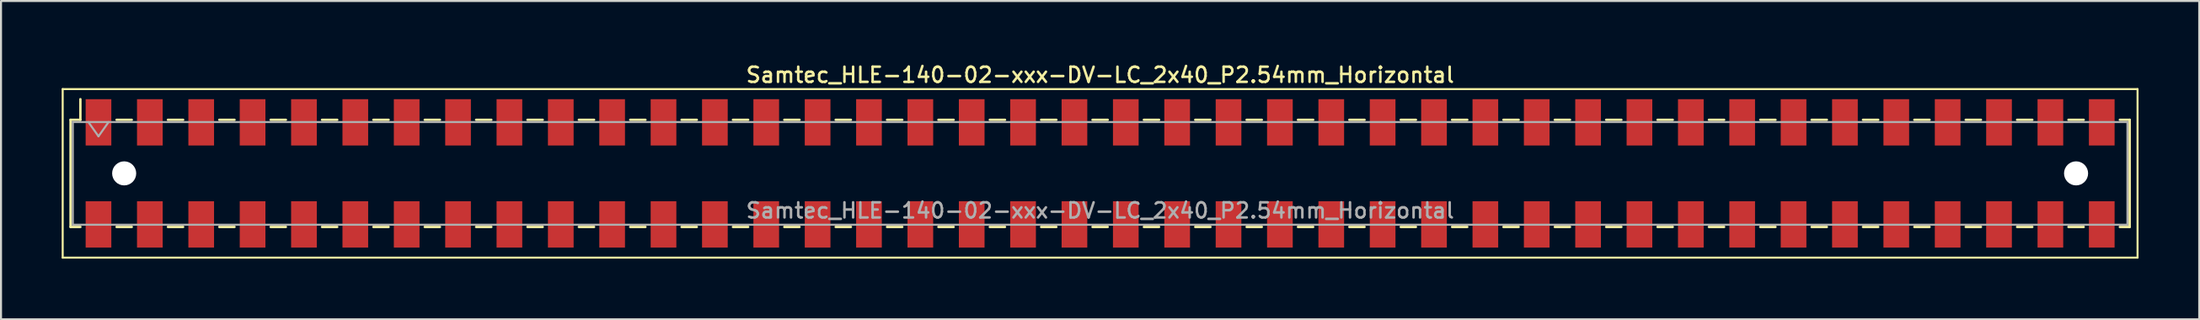
<source format=kicad_pcb>
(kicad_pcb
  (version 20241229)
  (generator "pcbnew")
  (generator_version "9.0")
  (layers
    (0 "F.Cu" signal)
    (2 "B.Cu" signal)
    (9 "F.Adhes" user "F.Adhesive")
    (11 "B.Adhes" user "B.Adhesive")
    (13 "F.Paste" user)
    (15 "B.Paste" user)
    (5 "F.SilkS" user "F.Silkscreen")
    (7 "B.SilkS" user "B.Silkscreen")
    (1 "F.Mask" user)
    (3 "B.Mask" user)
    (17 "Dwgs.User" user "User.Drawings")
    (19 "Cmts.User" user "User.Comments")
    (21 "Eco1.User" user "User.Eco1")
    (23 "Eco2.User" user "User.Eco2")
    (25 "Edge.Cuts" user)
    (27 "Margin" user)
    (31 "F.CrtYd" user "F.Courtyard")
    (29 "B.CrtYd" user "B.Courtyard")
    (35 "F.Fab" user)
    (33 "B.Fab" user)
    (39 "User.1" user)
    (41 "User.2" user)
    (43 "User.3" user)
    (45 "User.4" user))
  (footprint "Samtec_HLE-140-02-xxx-DV-LC_2x40_P2.54mm_Horizontal"
    (layer "F.Cu")
    (at 51.35 5.528)
    (property "Reference" "Samtec_HLE-140-02-xxx-DV-LC_2x40_P2.54mm_Horizontal" (at 0 -4.87 0) (layer "F.SilkS") (effects (font (size 0.75 0.75) (thickness 0.125))))
    (attr smd)
    (fp_line (start -51.3 -4.17) (end 51.3 -4.17) (stroke (width 0.1) (type solid)) (layer "F.SilkS"))
    (fp_line (start -51.3 4.17) (end -51.3 -4.17) (stroke (width 0.1) (type solid)) (layer "F.SilkS"))
    (fp_line (start -50.91 -2.65) (end -50.91 2.65) (stroke (width 0.12) (type solid)) (layer "F.SilkS"))
    (fp_line (start -50.91 2.65) (end -50.425 2.65) (stroke (width 0.12) (type solid)) (layer "F.SilkS"))
    (fp_line (start -50.425 -3.67) (end -50.425 -2.65) (stroke (width 0.12) (type solid)) (layer "F.SilkS"))
    (fp_line (start -50.425 -2.65) (end -50.91 -2.65) (stroke (width 0.12) (type solid)) (layer "F.SilkS"))
    (fp_line (start -48.635 -2.65) (end -47.885 -2.65) (stroke (width 0.12) (type solid)) (layer "F.SilkS"))
    (fp_line (start -48.635 2.65) (end -47.885 2.65) (stroke (width 0.12) (type solid)) (layer "F.SilkS"))
    (fp_line (start -46.095 -2.65) (end -45.345 -2.65) (stroke (width 0.12) (type solid)) (layer "F.SilkS"))
    (fp_line (start -46.095 2.65) (end -45.345 2.65) (stroke (width 0.12) (type solid)) (layer "F.SilkS"))
    (fp_line (start -43.555 -2.65) (end -42.805 -2.65) (stroke (width 0.12) (type solid)) (layer "F.SilkS"))
    (fp_line (start -43.555 2.65) (end -42.805 2.65) (stroke (width 0.12) (type solid)) (layer "F.SilkS"))
    (fp_line (start -41.015 -2.65) (end -40.265 -2.65) (stroke (width 0.12) (type solid)) (layer "F.SilkS"))
    (fp_line (start -41.015 2.65) (end -40.265 2.65) (stroke (width 0.12) (type solid)) (layer "F.SilkS"))
    (fp_line (start -38.475 -2.65) (end -37.725 -2.65) (stroke (width 0.12) (type solid)) (layer "F.SilkS"))
    (fp_line (start -38.475 2.65) (end -37.725 2.65) (stroke (width 0.12) (type solid)) (layer "F.SilkS"))
    (fp_line (start -35.935 -2.65) (end -35.185 -2.65) (stroke (width 0.12) (type solid)) (layer "F.SilkS"))
    (fp_line (start -35.935 2.65) (end -35.185 2.65) (stroke (width 0.12) (type solid)) (layer "F.SilkS"))
    (fp_line (start -33.395 -2.65) (end -32.645 -2.65) (stroke (width 0.12) (type solid)) (layer "F.SilkS"))
    (fp_line (start -33.395 2.65) (end -32.645 2.65) (stroke (width 0.12) (type solid)) (layer "F.SilkS"))
    (fp_line (start -30.855 -2.65) (end -30.105 -2.65) (stroke (width 0.12) (type solid)) (layer "F.SilkS"))
    (fp_line (start -30.855 2.65) (end -30.105 2.65) (stroke (width 0.12) (type solid)) (layer "F.SilkS"))
    (fp_line (start -28.315 -2.65) (end -27.565 -2.65) (stroke (width 0.12) (type solid)) (layer "F.SilkS"))
    (fp_line (start -28.315 2.65) (end -27.565 2.65) (stroke (width 0.12) (type solid)) (layer "F.SilkS"))
    (fp_line (start -25.775 -2.65) (end -25.025 -2.65) (stroke (width 0.12) (type solid)) (layer "F.SilkS"))
    (fp_line (start -25.775 2.65) (end -25.025 2.65) (stroke (width 0.12) (type solid)) (layer "F.SilkS"))
    (fp_line (start -23.235 -2.65) (end -22.485 -2.65) (stroke (width 0.12) (type solid)) (layer "F.SilkS"))
    (fp_line (start -23.235 2.65) (end -22.485 2.65) (stroke (width 0.12) (type solid)) (layer "F.SilkS"))
    (fp_line (start -20.695 -2.65) (end -19.945 -2.65) (stroke (width 0.12) (type solid)) (layer "F.SilkS"))
    (fp_line (start -20.695 2.65) (end -19.945 2.65) (stroke (width 0.12) (type solid)) (layer "F.SilkS"))
    (fp_line (start -18.155 -2.65) (end -17.405 -2.65) (stroke (width 0.12) (type solid)) (layer "F.SilkS"))
    (fp_line (start -18.155 2.65) (end -17.405 2.65) (stroke (width 0.12) (type solid)) (layer "F.SilkS"))
    (fp_line (start -15.615 -2.65) (end -14.865 -2.65) (stroke (width 0.12) (type solid)) (layer "F.SilkS"))
    (fp_line (start -15.615 2.65) (end -14.865 2.65) (stroke (width 0.12) (type solid)) (layer "F.SilkS"))
    (fp_line (start -13.075 -2.65) (end -12.325 -2.65) (stroke (width 0.12) (type solid)) (layer "F.SilkS"))
    (fp_line (start -13.075 2.65) (end -12.325 2.65) (stroke (width 0.12) (type solid)) (layer "F.SilkS"))
    (fp_line (start -10.535 -2.65) (end -9.785 -2.65) (stroke (width 0.12) (type solid)) (layer "F.SilkS"))
    (fp_line (start -10.535 2.65) (end -9.785 2.65) (stroke (width 0.12) (type solid)) (layer "F.SilkS"))
    (fp_line (start -7.995 -2.65) (end -7.245 -2.65) (stroke (width 0.12) (type solid)) (layer "F.SilkS"))
    (fp_line (start -7.995 2.65) (end -7.245 2.65) (stroke (width 0.12) (type solid)) (layer "F.SilkS"))
    (fp_line (start -5.455 -2.65) (end -4.705 -2.65) (stroke (width 0.12) (type solid)) (layer "F.SilkS"))
    (fp_line (start -5.455 2.65) (end -4.705 2.65) (stroke (width 0.12) (type solid)) (layer "F.SilkS"))
    (fp_line (start -2.915 -2.65) (end -2.165 -2.65) (stroke (width 0.12) (type solid)) (layer "F.SilkS"))
    (fp_line (start -2.915 2.65) (end -2.165 2.65) (stroke (width 0.12) (type solid)) (layer "F.SilkS"))
    (fp_line (start -0.375 -2.65) (end 0.375 -2.65) (stroke (width 0.12) (type solid)) (layer "F.SilkS"))
    (fp_line (start -0.375 2.65) (end 0.375 2.65) (stroke (width 0.12) (type solid)) (layer "F.SilkS"))
    (fp_line (start 2.165 -2.65) (end 2.915 -2.65) (stroke (width 0.12) (type solid)) (layer "F.SilkS"))
    (fp_line (start 2.165 2.65) (end 2.915 2.65) (stroke (width 0.12) (type solid)) (layer "F.SilkS"))
    (fp_line (start 4.705 -2.65) (end 5.455 -2.65) (stroke (width 0.12) (type solid)) (layer "F.SilkS"))
    (fp_line (start 4.705 2.65) (end 5.455 2.65) (stroke (width 0.12) (type solid)) (layer "F.SilkS"))
    (fp_line (start 7.245 -2.65) (end 7.995 -2.65) (stroke (width 0.12) (type solid)) (layer "F.SilkS"))
    (fp_line (start 7.245 2.65) (end 7.995 2.65) (stroke (width 0.12) (type solid)) (layer "F.SilkS"))
    (fp_line (start 9.785 -2.65) (end 10.535 -2.65) (stroke (width 0.12) (type solid)) (layer "F.SilkS"))
    (fp_line (start 9.785 2.65) (end 10.535 2.65) (stroke (width 0.12) (type solid)) (layer "F.SilkS"))
    (fp_line (start 12.325 -2.65) (end 13.075 -2.65) (stroke (width 0.12) (type solid)) (layer "F.SilkS"))
    (fp_line (start 12.325 2.65) (end 13.075 2.65) (stroke (width 0.12) (type solid)) (layer "F.SilkS"))
    (fp_line (start 14.865 -2.65) (end 15.615 -2.65) (stroke (width 0.12) (type solid)) (layer "F.SilkS"))
    (fp_line (start 14.865 2.65) (end 15.615 2.65) (stroke (width 0.12) (type solid)) (layer "F.SilkS"))
    (fp_line (start 17.405 -2.65) (end 18.155 -2.65) (stroke (width 0.12) (type solid)) (layer "F.SilkS"))
    (fp_line (start 17.405 2.65) (end 18.155 2.65) (stroke (width 0.12) (type solid)) (layer "F.SilkS"))
    (fp_line (start 19.945 -2.65) (end 20.695 -2.65) (stroke (width 0.12) (type solid)) (layer "F.SilkS"))
    (fp_line (start 19.945 2.65) (end 20.695 2.65) (stroke (width 0.12) (type solid)) (layer "F.SilkS"))
    (fp_line (start 22.485 -2.65) (end 23.235 -2.65) (stroke (width 0.12) (type solid)) (layer "F.SilkS"))
    (fp_line (start 22.485 2.65) (end 23.235 2.65) (stroke (width 0.12) (type solid)) (layer "F.SilkS"))
    (fp_line (start 25.025 -2.65) (end 25.775 -2.65) (stroke (width 0.12) (type solid)) (layer "F.SilkS"))
    (fp_line (start 25.025 2.65) (end 25.775 2.65) (stroke (width 0.12) (type solid)) (layer "F.SilkS"))
    (fp_line (start 27.565 -2.65) (end 28.315 -2.65) (stroke (width 0.12) (type solid)) (layer "F.SilkS"))
    (fp_line (start 27.565 2.65) (end 28.315 2.65) (stroke (width 0.12) (type solid)) (layer "F.SilkS"))
    (fp_line (start 30.105 -2.65) (end 30.855 -2.65) (stroke (width 0.12) (type solid)) (layer "F.SilkS"))
    (fp_line (start 30.105 2.65) (end 30.855 2.65) (stroke (width 0.12) (type solid)) (layer "F.SilkS"))
    (fp_line (start 32.645 -2.65) (end 33.395 -2.65) (stroke (width 0.12) (type solid)) (layer "F.SilkS"))
    (fp_line (start 32.645 2.65) (end 33.395 2.65) (stroke (width 0.12) (type solid)) (layer "F.SilkS"))
    (fp_line (start 35.185 -2.65) (end 35.935 -2.65) (stroke (width 0.12) (type solid)) (layer "F.SilkS"))
    (fp_line (start 35.185 2.65) (end 35.935 2.65) (stroke (width 0.12) (type solid)) (layer "F.SilkS"))
    (fp_line (start 37.725 -2.65) (end 38.475 -2.65) (stroke (width 0.12) (type solid)) (layer "F.SilkS"))
    (fp_line (start 37.725 2.65) (end 38.475 2.65) (stroke (width 0.12) (type solid)) (layer "F.SilkS"))
    (fp_line (start 40.265 -2.65) (end 41.015 -2.65) (stroke (width 0.12) (type solid)) (layer "F.SilkS"))
    (fp_line (start 40.265 2.65) (end 41.015 2.65) (stroke (width 0.12) (type solid)) (layer "F.SilkS"))
    (fp_line (start 42.805 -2.65) (end 43.555 -2.65) (stroke (width 0.12) (type solid)) (layer "F.SilkS"))
    (fp_line (start 42.805 2.65) (end 43.555 2.65) (stroke (width 0.12) (type solid)) (layer "F.SilkS"))
    (fp_line (start 45.345 -2.65) (end 46.095 -2.65) (stroke (width 0.12) (type solid)) (layer "F.SilkS"))
    (fp_line (start 45.345 2.65) (end 46.095 2.65) (stroke (width 0.12) (type solid)) (layer "F.SilkS"))
    (fp_line (start 47.885 -2.65) (end 48.635 -2.65) (stroke (width 0.12) (type solid)) (layer "F.SilkS"))
    (fp_line (start 47.885 2.65) (end 48.635 2.65) (stroke (width 0.12) (type solid)) (layer "F.SilkS"))
    (fp_line (start 50.425 -2.65) (end 50.91 -2.65) (stroke (width 0.12) (type solid)) (layer "F.SilkS"))
    (fp_line (start 50.91 -2.65) (end 50.91 2.65) (stroke (width 0.12) (type solid)) (layer "F.SilkS"))
    (fp_line (start 50.91 2.65) (end 50.425 2.65) (stroke (width 0.12) (type solid)) (layer "F.SilkS"))
    (fp_line (start 51.3 -4.17) (end 51.3 4.17) (stroke (width 0.1) (type solid)) (layer "F.SilkS"))
    (fp_line (start 51.3 4.17) (end -51.3 4.17) (stroke (width 0.1) (type solid)) (layer "F.SilkS"))
    (fp_line (start -50.8 -2.54) (end 50.8 -2.54) (stroke (width 0.1) (type solid)) (layer "F.Fab"))
    (fp_line (start -50.8 2.54) (end -50.8 -2.54) (stroke (width 0.1) (type solid)) (layer "F.Fab"))
    (fp_line (start -50.03 -2.54) (end -49.53 -1.833) (stroke (width 0.1) (type solid)) (layer "F.Fab"))
    (fp_line (start -49.53 -1.833) (end -49.03 -2.54) (stroke (width 0.1) (type solid)) (layer "F.Fab"))
    (fp_line (start 50.8 -2.54) (end 50.8 2.54) (stroke (width 0.1) (type solid)) (layer "F.Fab"))
    (fp_line (start 50.8 2.54) (end -50.8 2.54) (stroke (width 0.1) (type solid)) (layer "F.Fab"))
    (fp_text user "${REFERENCE}" (at 0 1.84 0) (layer "F.Fab") (effects (font (size 0.75 0.75) (thickness 0.125))))
    (pad "" np_thru_hole circle (at -48.26 0) (size 1.19 1.19) (drill 1.19) (layers "*.Cu" "*.Mask"))
    (pad "" np_thru_hole circle (at 48.26 0) (size 1.19 1.19) (drill 1.19) (layers "*.Cu" "*.Mask"))
    (pad "1" smd rect (at -49.53 -2.525) (size 1.27 2.29) (layers "F.Cu" "F.Mask" "F.Paste"))
    (pad "2" smd rect (at -49.53 2.525) (size 1.27 2.29) (layers "F.Cu" "F.Mask" "F.Paste"))
    (pad "3" smd rect (at -46.99 -2.525) (size 1.27 2.29) (layers "F.Cu" "F.Mask" "F.Paste"))
    (pad "4" smd rect (at -46.99 2.525) (size 1.27 2.29) (layers "F.Cu" "F.Mask" "F.Paste"))
    (pad "5" smd rect (at -44.45 -2.525) (size 1.27 2.29) (layers "F.Cu" "F.Mask" "F.Paste"))
    (pad "6" smd rect (at -44.45 2.525) (size 1.27 2.29) (layers "F.Cu" "F.Mask" "F.Paste"))
    (pad "7" smd rect (at -41.91 -2.525) (size 1.27 2.29) (layers "F.Cu" "F.Mask" "F.Paste"))
    (pad "8" smd rect (at -41.91 2.525) (size 1.27 2.29) (layers "F.Cu" "F.Mask" "F.Paste"))
    (pad "9" smd rect (at -39.37 -2.525) (size 1.27 2.29) (layers "F.Cu" "F.Mask" "F.Paste"))
    (pad "10" smd rect (at -39.37 2.525) (size 1.27 2.29) (layers "F.Cu" "F.Mask" "F.Paste"))
    (pad "11" smd rect (at -36.83 -2.525) (size 1.27 2.29) (layers "F.Cu" "F.Mask" "F.Paste"))
    (pad "12" smd rect (at -36.83 2.525) (size 1.27 2.29) (layers "F.Cu" "F.Mask" "F.Paste"))
    (pad "13" smd rect (at -34.29 -2.525) (size 1.27 2.29) (layers "F.Cu" "F.Mask" "F.Paste"))
    (pad "14" smd rect (at -34.29 2.525) (size 1.27 2.29) (layers "F.Cu" "F.Mask" "F.Paste"))
    (pad "15" smd rect (at -31.75 -2.525) (size 1.27 2.29) (layers "F.Cu" "F.Mask" "F.Paste"))
    (pad "16" smd rect (at -31.75 2.525) (size 1.27 2.29) (layers "F.Cu" "F.Mask" "F.Paste"))
    (pad "17" smd rect (at -29.21 -2.525) (size 1.27 2.29) (layers "F.Cu" "F.Mask" "F.Paste"))
    (pad "18" smd rect (at -29.21 2.525) (size 1.27 2.29) (layers "F.Cu" "F.Mask" "F.Paste"))
    (pad "19" smd rect (at -26.67 -2.525) (size 1.27 2.29) (layers "F.Cu" "F.Mask" "F.Paste"))
    (pad "20" smd rect (at -26.67 2.525) (size 1.27 2.29) (layers "F.Cu" "F.Mask" "F.Paste"))
    (pad "21" smd rect (at -24.13 -2.525) (size 1.27 2.29) (layers "F.Cu" "F.Mask" "F.Paste"))
    (pad "22" smd rect (at -24.13 2.525) (size 1.27 2.29) (layers "F.Cu" "F.Mask" "F.Paste"))
    (pad "23" smd rect (at -21.59 -2.525) (size 1.27 2.29) (layers "F.Cu" "F.Mask" "F.Paste"))
    (pad "24" smd rect (at -21.59 2.525) (size 1.27 2.29) (layers "F.Cu" "F.Mask" "F.Paste"))
    (pad "25" smd rect (at -19.05 -2.525) (size 1.27 2.29) (layers "F.Cu" "F.Mask" "F.Paste"))
    (pad "26" smd rect (at -19.05 2.525) (size 1.27 2.29) (layers "F.Cu" "F.Mask" "F.Paste"))
    (pad "27" smd rect (at -16.51 -2.525) (size 1.27 2.29) (layers "F.Cu" "F.Mask" "F.Paste"))
    (pad "28" smd rect (at -16.51 2.525) (size 1.27 2.29) (layers "F.Cu" "F.Mask" "F.Paste"))
    (pad "29" smd rect (at -13.97 -2.525) (size 1.27 2.29) (layers "F.Cu" "F.Mask" "F.Paste"))
    (pad "30" smd rect (at -13.97 2.525) (size 1.27 2.29) (layers "F.Cu" "F.Mask" "F.Paste"))
    (pad "31" smd rect (at -11.43 -2.525) (size 1.27 2.29) (layers "F.Cu" "F.Mask" "F.Paste"))
    (pad "32" smd rect (at -11.43 2.525) (size 1.27 2.29) (layers "F.Cu" "F.Mask" "F.Paste"))
    (pad "33" smd rect (at -8.89 -2.525) (size 1.27 2.29) (layers "F.Cu" "F.Mask" "F.Paste"))
    (pad "34" smd rect (at -8.89 2.525) (size 1.27 2.29) (layers "F.Cu" "F.Mask" "F.Paste"))
    (pad "35" smd rect (at -6.35 -2.525) (size 1.27 2.29) (layers "F.Cu" "F.Mask" "F.Paste"))
    (pad "36" smd rect (at -6.35 2.525) (size 1.27 2.29) (layers "F.Cu" "F.Mask" "F.Paste"))
    (pad "37" smd rect (at -3.81 -2.525) (size 1.27 2.29) (layers "F.Cu" "F.Mask" "F.Paste"))
    (pad "38" smd rect (at -3.81 2.525) (size 1.27 2.29) (layers "F.Cu" "F.Mask" "F.Paste"))
    (pad "39" smd rect (at -1.27 -2.525) (size 1.27 2.29) (layers "F.Cu" "F.Mask" "F.Paste"))
    (pad "40" smd rect (at -1.27 2.525) (size 1.27 2.29) (layers "F.Cu" "F.Mask" "F.Paste"))
    (pad "41" smd rect (at 1.27 -2.525) (size 1.27 2.29) (layers "F.Cu" "F.Mask" "F.Paste"))
    (pad "42" smd rect (at 1.27 2.525) (size 1.27 2.29) (layers "F.Cu" "F.Mask" "F.Paste"))
    (pad "43" smd rect (at 3.81 -2.525) (size 1.27 2.29) (layers "F.Cu" "F.Mask" "F.Paste"))
    (pad "44" smd rect (at 3.81 2.525) (size 1.27 2.29) (layers "F.Cu" "F.Mask" "F.Paste"))
    (pad "45" smd rect (at 6.35 -2.525) (size 1.27 2.29) (layers "F.Cu" "F.Mask" "F.Paste"))
    (pad "46" smd rect (at 6.35 2.525) (size 1.27 2.29) (layers "F.Cu" "F.Mask" "F.Paste"))
    (pad "47" smd rect (at 8.89 -2.525) (size 1.27 2.29) (layers "F.Cu" "F.Mask" "F.Paste"))
    (pad "48" smd rect (at 8.89 2.525) (size 1.27 2.29) (layers "F.Cu" "F.Mask" "F.Paste"))
    (pad "49" smd rect (at 11.43 -2.525) (size 1.27 2.29) (layers "F.Cu" "F.Mask" "F.Paste"))
    (pad "50" smd rect (at 11.43 2.525) (size 1.27 2.29) (layers "F.Cu" "F.Mask" "F.Paste"))
    (pad "51" smd rect (at 13.97 -2.525) (size 1.27 2.29) (layers "F.Cu" "F.Mask" "F.Paste"))
    (pad "52" smd rect (at 13.97 2.525) (size 1.27 2.29) (layers "F.Cu" "F.Mask" "F.Paste"))
    (pad "53" smd rect (at 16.51 -2.525) (size 1.27 2.29) (layers "F.Cu" "F.Mask" "F.Paste"))
    (pad "54" smd rect (at 16.51 2.525) (size 1.27 2.29) (layers "F.Cu" "F.Mask" "F.Paste"))
    (pad "55" smd rect (at 19.05 -2.525) (size 1.27 2.29) (layers "F.Cu" "F.Mask" "F.Paste"))
    (pad "56" smd rect (at 19.05 2.525) (size 1.27 2.29) (layers "F.Cu" "F.Mask" "F.Paste"))
    (pad "57" smd rect (at 21.59 -2.525) (size 1.27 2.29) (layers "F.Cu" "F.Mask" "F.Paste"))
    (pad "58" smd rect (at 21.59 2.525) (size 1.27 2.29) (layers "F.Cu" "F.Mask" "F.Paste"))
    (pad "59" smd rect (at 24.13 -2.525) (size 1.27 2.29) (layers "F.Cu" "F.Mask" "F.Paste"))
    (pad "60" smd rect (at 24.13 2.525) (size 1.27 2.29) (layers "F.Cu" "F.Mask" "F.Paste"))
    (pad "61" smd rect (at 26.67 -2.525) (size 1.27 2.29) (layers "F.Cu" "F.Mask" "F.Paste"))
    (pad "62" smd rect (at 26.67 2.525) (size 1.27 2.29) (layers "F.Cu" "F.Mask" "F.Paste"))
    (pad "63" smd rect (at 29.21 -2.525) (size 1.27 2.29) (layers "F.Cu" "F.Mask" "F.Paste"))
    (pad "64" smd rect (at 29.21 2.525) (size 1.27 2.29) (layers "F.Cu" "F.Mask" "F.Paste"))
    (pad "65" smd rect (at 31.75 -2.525) (size 1.27 2.29) (layers "F.Cu" "F.Mask" "F.Paste"))
    (pad "66" smd rect (at 31.75 2.525) (size 1.27 2.29) (layers "F.Cu" "F.Mask" "F.Paste"))
    (pad "67" smd rect (at 34.29 -2.525) (size 1.27 2.29) (layers "F.Cu" "F.Mask" "F.Paste"))
    (pad "68" smd rect (at 34.29 2.525) (size 1.27 2.29) (layers "F.Cu" "F.Mask" "F.Paste"))
    (pad "69" smd rect (at 36.83 -2.525) (size 1.27 2.29) (layers "F.Cu" "F.Mask" "F.Paste"))
    (pad "70" smd rect (at 36.83 2.525) (size 1.27 2.29) (layers "F.Cu" "F.Mask" "F.Paste"))
    (pad "71" smd rect (at 39.37 -2.525) (size 1.27 2.29) (layers "F.Cu" "F.Mask" "F.Paste"))
    (pad "72" smd rect (at 39.37 2.525) (size 1.27 2.29) (layers "F.Cu" "F.Mask" "F.Paste"))
    (pad "73" smd rect (at 41.91 -2.525) (size 1.27 2.29) (layers "F.Cu" "F.Mask" "F.Paste"))
    (pad "74" smd rect (at 41.91 2.525) (size 1.27 2.29) (layers "F.Cu" "F.Mask" "F.Paste"))
    (pad "75" smd rect (at 44.45 -2.525) (size 1.27 2.29) (layers "F.Cu" "F.Mask" "F.Paste"))
    (pad "76" smd rect (at 44.45 2.525) (size 1.27 2.29) (layers "F.Cu" "F.Mask" "F.Paste"))
    (pad "77" smd rect (at 46.99 -2.525) (size 1.27 2.29) (layers "F.Cu" "F.Mask" "F.Paste"))
    (pad "78" smd rect (at 46.99 2.525) (size 1.27 2.29) (layers "F.Cu" "F.Mask" "F.Paste"))
    (pad "79" smd rect (at 49.53 -2.525) (size 1.27 2.29) (layers "F.Cu" "F.Mask" "F.Paste"))
    (pad "80" smd rect (at 49.53 2.525) (size 1.27 2.29) (layers "F.Cu" "F.Mask" "F.Paste")))
  (gr_rect
    (start -3 -3)
    (end 105.7 12.748)
    (stroke (width 0.1) (type default))
    (fill no)
    (layer "Edge.Cuts")))
</source>
